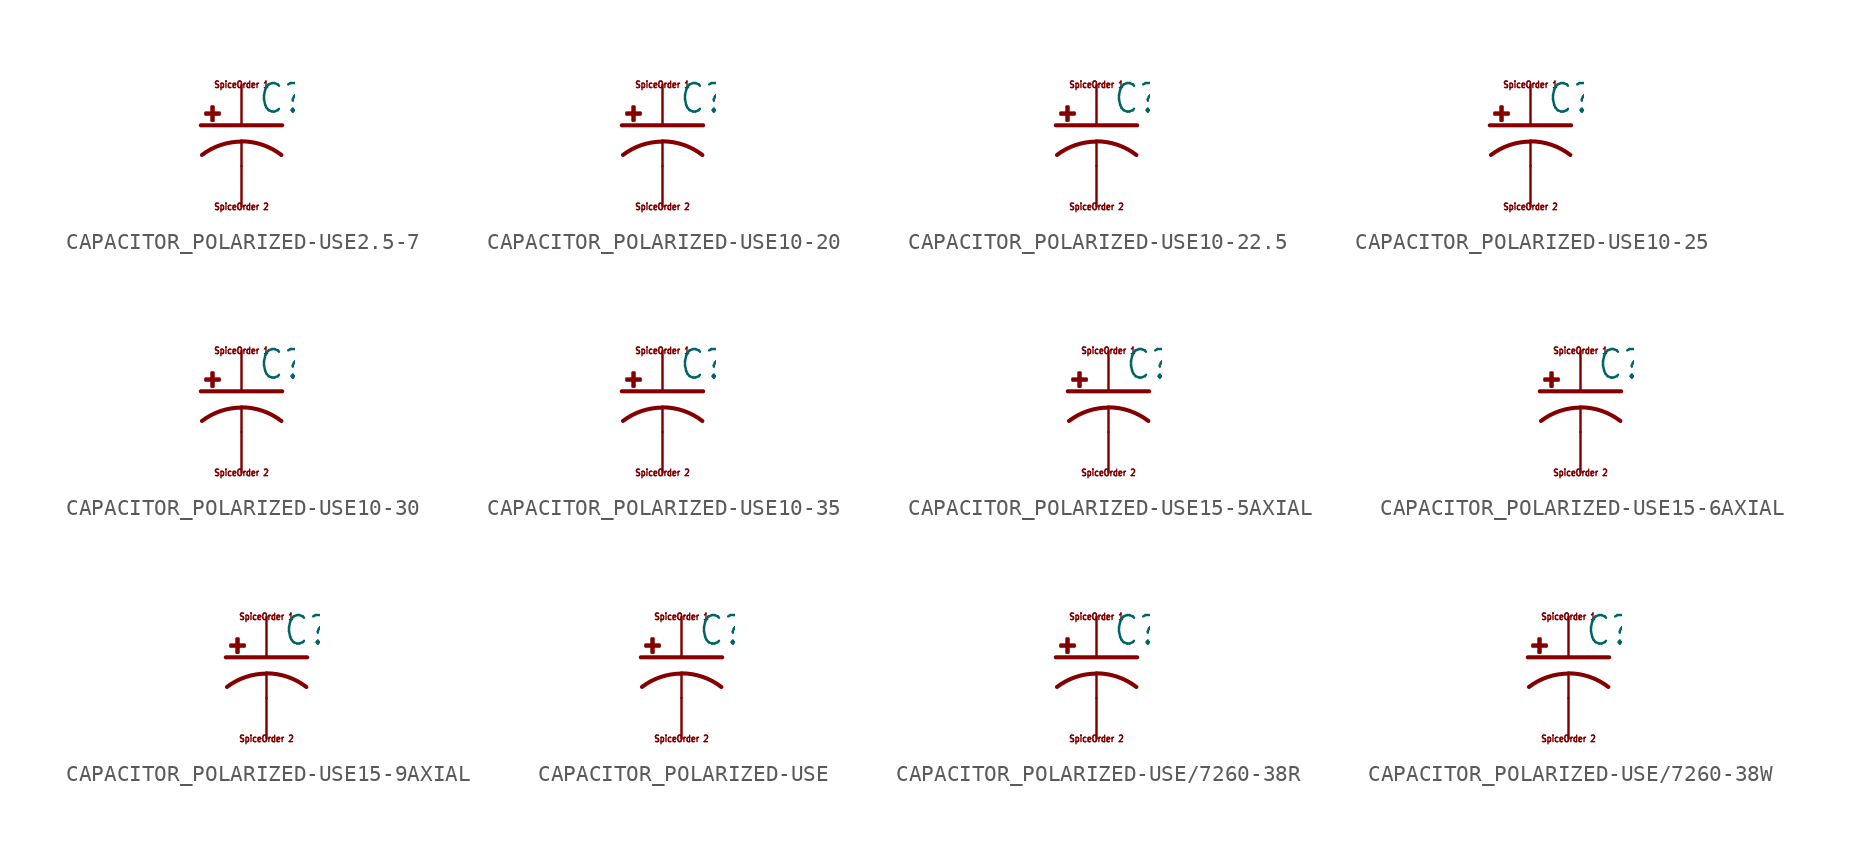
<source format=kicad_sym>
(kicad_symbol_lib
  (version 20231120)
  (generator "kicad_symbol_editor")
  (generator_version "8.0")
  (symbol "CAPACITOR_POLARIZED-USE2.5-7"
    (property "Reference" "C"
      (at 1.016 0.635 0)
      (effects (font (size 1.778 1.511)) (justify left bottom)))
    (property "Value" ""
      (at 1.016 -4.191 0)
      (effects (font (size 1.778 1.511)) (justify left bottom)))
    (property "ki_locked" ""
      (at 0 0 0)
      (effects (font (size 1.27 1.27))))
    (symbol "CAPACITOR_POLARIZED-USE2.5-7_1_0"
      (rectangle (start -2.253 0.668) (end -1.364 0.795) (stroke (width 0) (type default)) (fill (type outline)))
      (rectangle (start -1.872 0.287) (end -1.745 1.176) (stroke (width 0) (type default)) (fill (type outline)))
      (arc (start 0 -1.0161) (mid -1.3021 -1.2303) (end -2.4669 -1.8504) (stroke (width 0.254) (type solid)) (fill (type none)))
      (polyline (pts (xy -2.54 0) (xy 2.54 0)) (stroke (width 0.254) (type solid)) (fill (type none)))
      (polyline (pts (xy 0 -1.016) (xy 0 -2.54)) (stroke (width 0.152) (type solid)) (fill (type none)))
      (arc (start 2.4892 -1.8541) (mid 1.3158 -1.2194) (end 0 -1) (stroke (width 0.254) (type solid)) (fill (type none)))
      (text "SpiceOrder 1" (at 0 2.54 0) (effects (font (size 0.406 0.345))))
      (text "SpiceOrder 2" (at 0 -5.08 0) (effects (font (size 0.406 0.345))))
      (pin passive line (at 0 2.54 270) (length 2.54) (name "+" (effects (font (size 0 0)))) (number "+" (effects (font (size 0 0)))))
      (pin passive line (at 0 -5.08 90) (length 2.54) (name "-" (effects (font (size 0 0)))) (number "-" (effects (font (size 0 0)))))))
  (symbol "CAPACITOR_POLARIZED-USE10-20"
    (property "Reference" "C"
      (at 1.016 0.635 0)
      (effects (font (size 1.778 1.511)) (justify left bottom)))
    (property "Value" ""
      (at 1.016 -4.191 0)
      (effects (font (size 1.778 1.511)) (justify left bottom)))
    (property "ki_locked" ""
      (at 0 0 0)
      (effects (font (size 1.27 1.27))))
    (symbol "CAPACITOR_POLARIZED-USE10-20_1_0"
      (rectangle (start -2.253 0.668) (end -1.364 0.795) (stroke (width 0) (type default)) (fill (type outline)))
      (rectangle (start -1.872 0.287) (end -1.745 1.176) (stroke (width 0) (type default)) (fill (type outline)))
      (arc (start 0 -1.0161) (mid -1.3021 -1.2303) (end -2.4669 -1.8504) (stroke (width 0.254) (type solid)) (fill (type none)))
      (polyline (pts (xy -2.54 0) (xy 2.54 0)) (stroke (width 0.254) (type solid)) (fill (type none)))
      (polyline (pts (xy 0 -1.016) (xy 0 -2.54)) (stroke (width 0.152) (type solid)) (fill (type none)))
      (arc (start 2.4892 -1.8541) (mid 1.3158 -1.2194) (end 0 -1) (stroke (width 0.254) (type solid)) (fill (type none)))
      (text "SpiceOrder 1" (at 0 2.54 0) (effects (font (size 0.406 0.345))))
      (text "SpiceOrder 2" (at 0 -5.08 0) (effects (font (size 0.406 0.345))))
      (pin passive line (at 0 2.54 270) (length 2.54) (name "+" (effects (font (size 0 0)))) (number "+" (effects (font (size 0 0)))))
      (pin passive line (at 0 -5.08 90) (length 2.54) (name "-" (effects (font (size 0 0)))) (number "-" (effects (font (size 0 0)))))))
  (symbol "CAPACITOR_POLARIZED-USE10-22.5"
    (property "Reference" "C"
      (at 1.016 0.635 0)
      (effects (font (size 1.778 1.511)) (justify left bottom)))
    (property "Value" ""
      (at 1.016 -4.191 0)
      (effects (font (size 1.778 1.511)) (justify left bottom)))
    (property "ki_locked" ""
      (at 0 0 0)
      (effects (font (size 1.27 1.27))))
    (symbol "CAPACITOR_POLARIZED-USE10-22.5_1_0"
      (rectangle (start -2.253 0.668) (end -1.364 0.795) (stroke (width 0) (type default)) (fill (type outline)))
      (rectangle (start -1.872 0.287) (end -1.745 1.176) (stroke (width 0) (type default)) (fill (type outline)))
      (arc (start 0 -1.0161) (mid -1.3021 -1.2303) (end -2.4669 -1.8504) (stroke (width 0.254) (type solid)) (fill (type none)))
      (polyline (pts (xy -2.54 0) (xy 2.54 0)) (stroke (width 0.254) (type solid)) (fill (type none)))
      (polyline (pts (xy 0 -1.016) (xy 0 -2.54)) (stroke (width 0.152) (type solid)) (fill (type none)))
      (arc (start 2.4892 -1.8541) (mid 1.3158 -1.2194) (end 0 -1) (stroke (width 0.254) (type solid)) (fill (type none)))
      (text "SpiceOrder 1" (at 0 2.54 0) (effects (font (size 0.406 0.345))))
      (text "SpiceOrder 2" (at 0 -5.08 0) (effects (font (size 0.406 0.345))))
      (pin passive line (at 0 2.54 270) (length 2.54) (name "+" (effects (font (size 0 0)))) (number "+" (effects (font (size 0 0)))))
      (pin passive line (at 0 -5.08 90) (length 2.54) (name "-" (effects (font (size 0 0)))) (number "-" (effects (font (size 0 0)))))))
  (symbol "CAPACITOR_POLARIZED-USE10-25"
    (property "Reference" "C"
      (at 1.016 0.635 0)
      (effects (font (size 1.778 1.511)) (justify left bottom)))
    (property "Value" ""
      (at 1.016 -4.191 0)
      (effects (font (size 1.778 1.511)) (justify left bottom)))
    (property "ki_locked" ""
      (at 0 0 0)
      (effects (font (size 1.27 1.27))))
    (symbol "CAPACITOR_POLARIZED-USE10-25_1_0"
      (rectangle (start -2.253 0.668) (end -1.364 0.795) (stroke (width 0) (type default)) (fill (type outline)))
      (rectangle (start -1.872 0.287) (end -1.745 1.176) (stroke (width 0) (type default)) (fill (type outline)))
      (arc (start 0 -1.0161) (mid -1.3021 -1.2303) (end -2.4669 -1.8504) (stroke (width 0.254) (type solid)) (fill (type none)))
      (polyline (pts (xy -2.54 0) (xy 2.54 0)) (stroke (width 0.254) (type solid)) (fill (type none)))
      (polyline (pts (xy 0 -1.016) (xy 0 -2.54)) (stroke (width 0.152) (type solid)) (fill (type none)))
      (arc (start 2.4892 -1.8541) (mid 1.3158 -1.2194) (end 0 -1) (stroke (width 0.254) (type solid)) (fill (type none)))
      (text "SpiceOrder 1" (at 0 2.54 0) (effects (font (size 0.406 0.345))))
      (text "SpiceOrder 2" (at 0 -5.08 0) (effects (font (size 0.406 0.345))))
      (pin passive line (at 0 2.54 270) (length 2.54) (name "+" (effects (font (size 0 0)))) (number "+" (effects (font (size 0 0)))))
      (pin passive line (at 0 -5.08 90) (length 2.54) (name "-" (effects (font (size 0 0)))) (number "-" (effects (font (size 0 0)))))))
  (symbol "CAPACITOR_POLARIZED-USE10-30"
    (property "Reference" "C"
      (at 1.016 0.635 0)
      (effects (font (size 1.778 1.511)) (justify left bottom)))
    (property "Value" ""
      (at 1.016 -4.191 0)
      (effects (font (size 1.778 1.511)) (justify left bottom)))
    (property "ki_locked" ""
      (at 0 0 0)
      (effects (font (size 1.27 1.27))))
    (symbol "CAPACITOR_POLARIZED-USE10-30_1_0"
      (rectangle (start -2.253 0.668) (end -1.364 0.795) (stroke (width 0) (type default)) (fill (type outline)))
      (rectangle (start -1.872 0.287) (end -1.745 1.176) (stroke (width 0) (type default)) (fill (type outline)))
      (arc (start 0 -1.0161) (mid -1.3021 -1.2303) (end -2.4669 -1.8504) (stroke (width 0.254) (type solid)) (fill (type none)))
      (polyline (pts (xy -2.54 0) (xy 2.54 0)) (stroke (width 0.254) (type solid)) (fill (type none)))
      (polyline (pts (xy 0 -1.016) (xy 0 -2.54)) (stroke (width 0.152) (type solid)) (fill (type none)))
      (arc (start 2.4892 -1.8541) (mid 1.3158 -1.2194) (end 0 -1) (stroke (width 0.254) (type solid)) (fill (type none)))
      (text "SpiceOrder 1" (at 0 2.54 0) (effects (font (size 0.406 0.345))))
      (text "SpiceOrder 2" (at 0 -5.08 0) (effects (font (size 0.406 0.345))))
      (pin passive line (at 0 2.54 270) (length 2.54) (name "+" (effects (font (size 0 0)))) (number "+" (effects (font (size 0 0)))))
      (pin passive line (at 0 -5.08 90) (length 2.54) (name "-" (effects (font (size 0 0)))) (number "-" (effects (font (size 0 0)))))))
  (symbol "CAPACITOR_POLARIZED-USE10-35"
    (property "Reference" "C"
      (at 1.016 0.635 0)
      (effects (font (size 1.778 1.511)) (justify left bottom)))
    (property "Value" ""
      (at 1.016 -4.191 0)
      (effects (font (size 1.778 1.511)) (justify left bottom)))
    (property "ki_locked" ""
      (at 0 0 0)
      (effects (font (size 1.27 1.27))))
    (symbol "CAPACITOR_POLARIZED-USE10-35_1_0"
      (rectangle (start -2.253 0.668) (end -1.364 0.795) (stroke (width 0) (type default)) (fill (type outline)))
      (rectangle (start -1.872 0.287) (end -1.745 1.176) (stroke (width 0) (type default)) (fill (type outline)))
      (arc (start 0 -1.0161) (mid -1.3021 -1.2303) (end -2.4669 -1.8504) (stroke (width 0.254) (type solid)) (fill (type none)))
      (polyline (pts (xy -2.54 0) (xy 2.54 0)) (stroke (width 0.254) (type solid)) (fill (type none)))
      (polyline (pts (xy 0 -1.016) (xy 0 -2.54)) (stroke (width 0.152) (type solid)) (fill (type none)))
      (arc (start 2.4892 -1.8541) (mid 1.3158 -1.2194) (end 0 -1) (stroke (width 0.254) (type solid)) (fill (type none)))
      (text "SpiceOrder 1" (at 0 2.54 0) (effects (font (size 0.406 0.345))))
      (text "SpiceOrder 2" (at 0 -5.08 0) (effects (font (size 0.406 0.345))))
      (pin passive line (at 0 2.54 270) (length 2.54) (name "+" (effects (font (size 0 0)))) (number "+" (effects (font (size 0 0)))))
      (pin passive line (at 0 -5.08 90) (length 2.54) (name "-" (effects (font (size 0 0)))) (number "-" (effects (font (size 0 0)))))))
  (symbol "CAPACITOR_POLARIZED-USE15-5AXIAL"
    (property "Reference" "C"
      (at 1.016 0.635 0)
      (effects (font (size 1.778 1.511)) (justify left bottom)))
    (property "Value" ""
      (at 1.016 -4.191 0)
      (effects (font (size 1.778 1.511)) (justify left bottom)))
    (property "ki_locked" ""
      (at 0 0 0)
      (effects (font (size 1.27 1.27))))
    (symbol "CAPACITOR_POLARIZED-USE15-5AXIAL_1_0"
      (rectangle (start -2.253 0.668) (end -1.364 0.795) (stroke (width 0) (type default)) (fill (type outline)))
      (rectangle (start -1.872 0.287) (end -1.745 1.176) (stroke (width 0) (type default)) (fill (type outline)))
      (arc (start 0 -1.0161) (mid -1.3021 -1.2303) (end -2.4669 -1.8504) (stroke (width 0.254) (type solid)) (fill (type none)))
      (polyline (pts (xy -2.54 0) (xy 2.54 0)) (stroke (width 0.254) (type solid)) (fill (type none)))
      (polyline (pts (xy 0 -1.016) (xy 0 -2.54)) (stroke (width 0.152) (type solid)) (fill (type none)))
      (arc (start 2.4892 -1.8541) (mid 1.3158 -1.2194) (end 0 -1) (stroke (width 0.254) (type solid)) (fill (type none)))
      (text "SpiceOrder 1" (at 0 2.54 0) (effects (font (size 0.406 0.345))))
      (text "SpiceOrder 2" (at 0 -5.08 0) (effects (font (size 0.406 0.345))))
      (pin passive line (at 0 2.54 270) (length 2.54) (name "+" (effects (font (size 0 0)))) (number "+" (effects (font (size 0 0)))))
      (pin passive line (at 0 -5.08 90) (length 2.54) (name "-" (effects (font (size 0 0)))) (number "-" (effects (font (size 0 0)))))))
  (symbol "CAPACITOR_POLARIZED-USE15-6AXIAL"
    (property "Reference" "C"
      (at 1.016 0.635 0)
      (effects (font (size 1.778 1.511)) (justify left bottom)))
    (property "Value" ""
      (at 1.016 -4.191 0)
      (effects (font (size 1.778 1.511)) (justify left bottom)))
    (property "ki_locked" ""
      (at 0 0 0)
      (effects (font (size 1.27 1.27))))
    (symbol "CAPACITOR_POLARIZED-USE15-6AXIAL_1_0"
      (rectangle (start -2.253 0.668) (end -1.364 0.795) (stroke (width 0) (type default)) (fill (type outline)))
      (rectangle (start -1.872 0.287) (end -1.745 1.176) (stroke (width 0) (type default)) (fill (type outline)))
      (arc (start 0 -1.0161) (mid -1.3021 -1.2303) (end -2.4669 -1.8504) (stroke (width 0.254) (type solid)) (fill (type none)))
      (polyline (pts (xy -2.54 0) (xy 2.54 0)) (stroke (width 0.254) (type solid)) (fill (type none)))
      (polyline (pts (xy 0 -1.016) (xy 0 -2.54)) (stroke (width 0.152) (type solid)) (fill (type none)))
      (arc (start 2.4892 -1.8541) (mid 1.3158 -1.2194) (end 0 -1) (stroke (width 0.254) (type solid)) (fill (type none)))
      (text "SpiceOrder 1" (at 0 2.54 0) (effects (font (size 0.406 0.345))))
      (text "SpiceOrder 2" (at 0 -5.08 0) (effects (font (size 0.406 0.345))))
      (pin passive line (at 0 2.54 270) (length 2.54) (name "+" (effects (font (size 0 0)))) (number "+" (effects (font (size 0 0)))))
      (pin passive line (at 0 -5.08 90) (length 2.54) (name "-" (effects (font (size 0 0)))) (number "-" (effects (font (size 0 0)))))))
  (symbol "CAPACITOR_POLARIZED-USE15-9AXIAL"
    (property "Reference" "C"
      (at 1.016 0.635 0)
      (effects (font (size 1.778 1.511)) (justify left bottom)))
    (property "Value" ""
      (at 1.016 -4.191 0)
      (effects (font (size 1.778 1.511)) (justify left bottom)))
    (property "ki_locked" ""
      (at 0 0 0)
      (effects (font (size 1.27 1.27))))
    (symbol "CAPACITOR_POLARIZED-USE15-9AXIAL_1_0"
      (rectangle (start -2.253 0.668) (end -1.364 0.795) (stroke (width 0) (type default)) (fill (type outline)))
      (rectangle (start -1.872 0.287) (end -1.745 1.176) (stroke (width 0) (type default)) (fill (type outline)))
      (arc (start 0 -1.0161) (mid -1.3021 -1.2303) (end -2.4669 -1.8504) (stroke (width 0.254) (type solid)) (fill (type none)))
      (polyline (pts (xy -2.54 0) (xy 2.54 0)) (stroke (width 0.254) (type solid)) (fill (type none)))
      (polyline (pts (xy 0 -1.016) (xy 0 -2.54)) (stroke (width 0.152) (type solid)) (fill (type none)))
      (arc (start 2.4892 -1.8541) (mid 1.3158 -1.2194) (end 0 -1) (stroke (width 0.254) (type solid)) (fill (type none)))
      (text "SpiceOrder 1" (at 0 2.54 0) (effects (font (size 0.406 0.345))))
      (text "SpiceOrder 2" (at 0 -5.08 0) (effects (font (size 0.406 0.345))))
      (pin passive line (at 0 2.54 270) (length 2.54) (name "+" (effects (font (size 0 0)))) (number "+" (effects (font (size 0 0)))))
      (pin passive line (at 0 -5.08 90) (length 2.54) (name "-" (effects (font (size 0 0)))) (number "-" (effects (font (size 0 0)))))))
  (symbol "CAPACITOR_POLARIZED-USE"
    (property "Reference" "C"
      (at 1.016 0.635 0)
      (effects (font (size 1.778 1.511)) (justify left bottom)))
    (property "Value" ""
      (at 1.016 -4.191 0)
      (effects (font (size 1.778 1.511)) (justify left bottom)))
    (property "ki_locked" ""
      (at 0 0 0)
      (effects (font (size 1.27 1.27))))
    (symbol "CAPACITOR_POLARIZED-USE_1_0"
      (rectangle (start -2.253 0.668) (end -1.364 0.795) (stroke (width 0) (type default)) (fill (type outline)))
      (rectangle (start -1.872 0.287) (end -1.745 1.176) (stroke (width 0) (type default)) (fill (type outline)))
      (arc (start 0 -1.0161) (mid -1.3021 -1.2303) (end -2.4669 -1.8504) (stroke (width 0.254) (type solid)) (fill (type none)))
      (polyline (pts (xy -2.54 0) (xy 2.54 0)) (stroke (width 0.254) (type solid)) (fill (type none)))
      (polyline (pts (xy 0 -1.016) (xy 0 -2.54)) (stroke (width 0.152) (type solid)) (fill (type none)))
      (arc (start 2.4892 -1.8541) (mid 1.3158 -1.2194) (end 0 -1) (stroke (width 0.254) (type solid)) (fill (type none)))
      (text "SpiceOrder 1" (at 0 2.54 0) (effects (font (size 0.406 0.345))))
      (text "SpiceOrder 2" (at 0 -5.08 0) (effects (font (size 0.406 0.345))))
      (pin passive line (at 0 2.54 270) (length 2.54) (name "+" (effects (font (size 0 0)))) (number "+" (effects (font (size 0 0)))))
      (pin passive line (at 0 -5.08 90) (length 2.54) (name "-" (effects (font (size 0 0)))) (number "-" (effects (font (size 0 0)))))))
  (symbol "CAPACITOR_POLARIZED-USE/7260-38R"
    (property "Reference" "C"
      (at 1.016 0.635 0)
      (effects (font (size 1.778 1.511)) (justify left bottom)))
    (property "Value" ""
      (at 1.016 -4.191 0)
      (effects (font (size 1.778 1.511)) (justify left bottom)))
    (property "ki_locked" ""
      (at 0 0 0)
      (effects (font (size 1.27 1.27))))
    (symbol "CAPACITOR_POLARIZED-USE/7260-38R_1_0"
      (rectangle (start -2.253 0.668) (end -1.364 0.795) (stroke (width 0) (type default)) (fill (type outline)))
      (rectangle (start -1.872 0.287) (end -1.745 1.176) (stroke (width 0) (type default)) (fill (type outline)))
      (arc (start 0 -1.0161) (mid -1.3021 -1.2303) (end -2.4669 -1.8504) (stroke (width 0.254) (type solid)) (fill (type none)))
      (polyline (pts (xy -2.54 0) (xy 2.54 0)) (stroke (width 0.254) (type solid)) (fill (type none)))
      (polyline (pts (xy 0 -1.016) (xy 0 -2.54)) (stroke (width 0.152) (type solid)) (fill (type none)))
      (arc (start 2.4892 -1.8541) (mid 1.3158 -1.2194) (end 0 -1) (stroke (width 0.254) (type solid)) (fill (type none)))
      (text "SpiceOrder 1" (at 0 2.54 0) (effects (font (size 0.406 0.345))))
      (text "SpiceOrder 2" (at 0 -5.08 0) (effects (font (size 0.406 0.345))))
      (pin passive line (at 0 2.54 270) (length 2.54) (name "+" (effects (font (size 0 0)))) (number "+" (effects (font (size 0 0)))))
      (pin passive line (at 0 -5.08 90) (length 2.54) (name "-" (effects (font (size 0 0)))) (number "-" (effects (font (size 0 0)))))))
  (symbol "CAPACITOR_POLARIZED-USE/7260-38W"
    (property "Reference" "C"
      (at 1.016 0.635 0)
      (effects (font (size 1.778 1.511)) (justify left bottom)))
    (property "Value" ""
      (at 1.016 -4.191 0)
      (effects (font (size 1.778 1.511)) (justify left bottom)))
    (property "ki_locked" ""
      (at 0 0 0)
      (effects (font (size 1.27 1.27))))
    (symbol "CAPACITOR_POLARIZED-USE/7260-38W_1_0"
      (rectangle (start -2.253 0.668) (end -1.364 0.795) (stroke (width 0) (type default)) (fill (type outline)))
      (rectangle (start -1.872 0.287) (end -1.745 1.176) (stroke (width 0) (type default)) (fill (type outline)))
      (arc (start 0 -1.0161) (mid -1.3021 -1.2303) (end -2.4669 -1.8504) (stroke (width 0.254) (type solid)) (fill (type none)))
      (polyline (pts (xy -2.54 0) (xy 2.54 0)) (stroke (width 0.254) (type solid)) (fill (type none)))
      (polyline (pts (xy 0 -1.016) (xy 0 -2.54)) (stroke (width 0.152) (type solid)) (fill (type none)))
      (arc (start 2.4892 -1.8541) (mid 1.3158 -1.2194) (end 0 -1) (stroke (width 0.254) (type solid)) (fill (type none)))
      (text "SpiceOrder 1" (at 0 2.54 0) (effects (font (size 0.406 0.345))))
      (text "SpiceOrder 2" (at 0 -5.08 0) (effects (font (size 0.406 0.345))))
      (pin passive line (at 0 2.54 270) (length 2.54) (name "+" (effects (font (size 0 0)))) (number "+" (effects (font (size 0 0)))))
      (pin passive line (at 0 -5.08 90) (length 2.54) (name "-" (effects (font (size 0 0)))) (number "-" (effects (font (size 0 0))))))))
</source>
